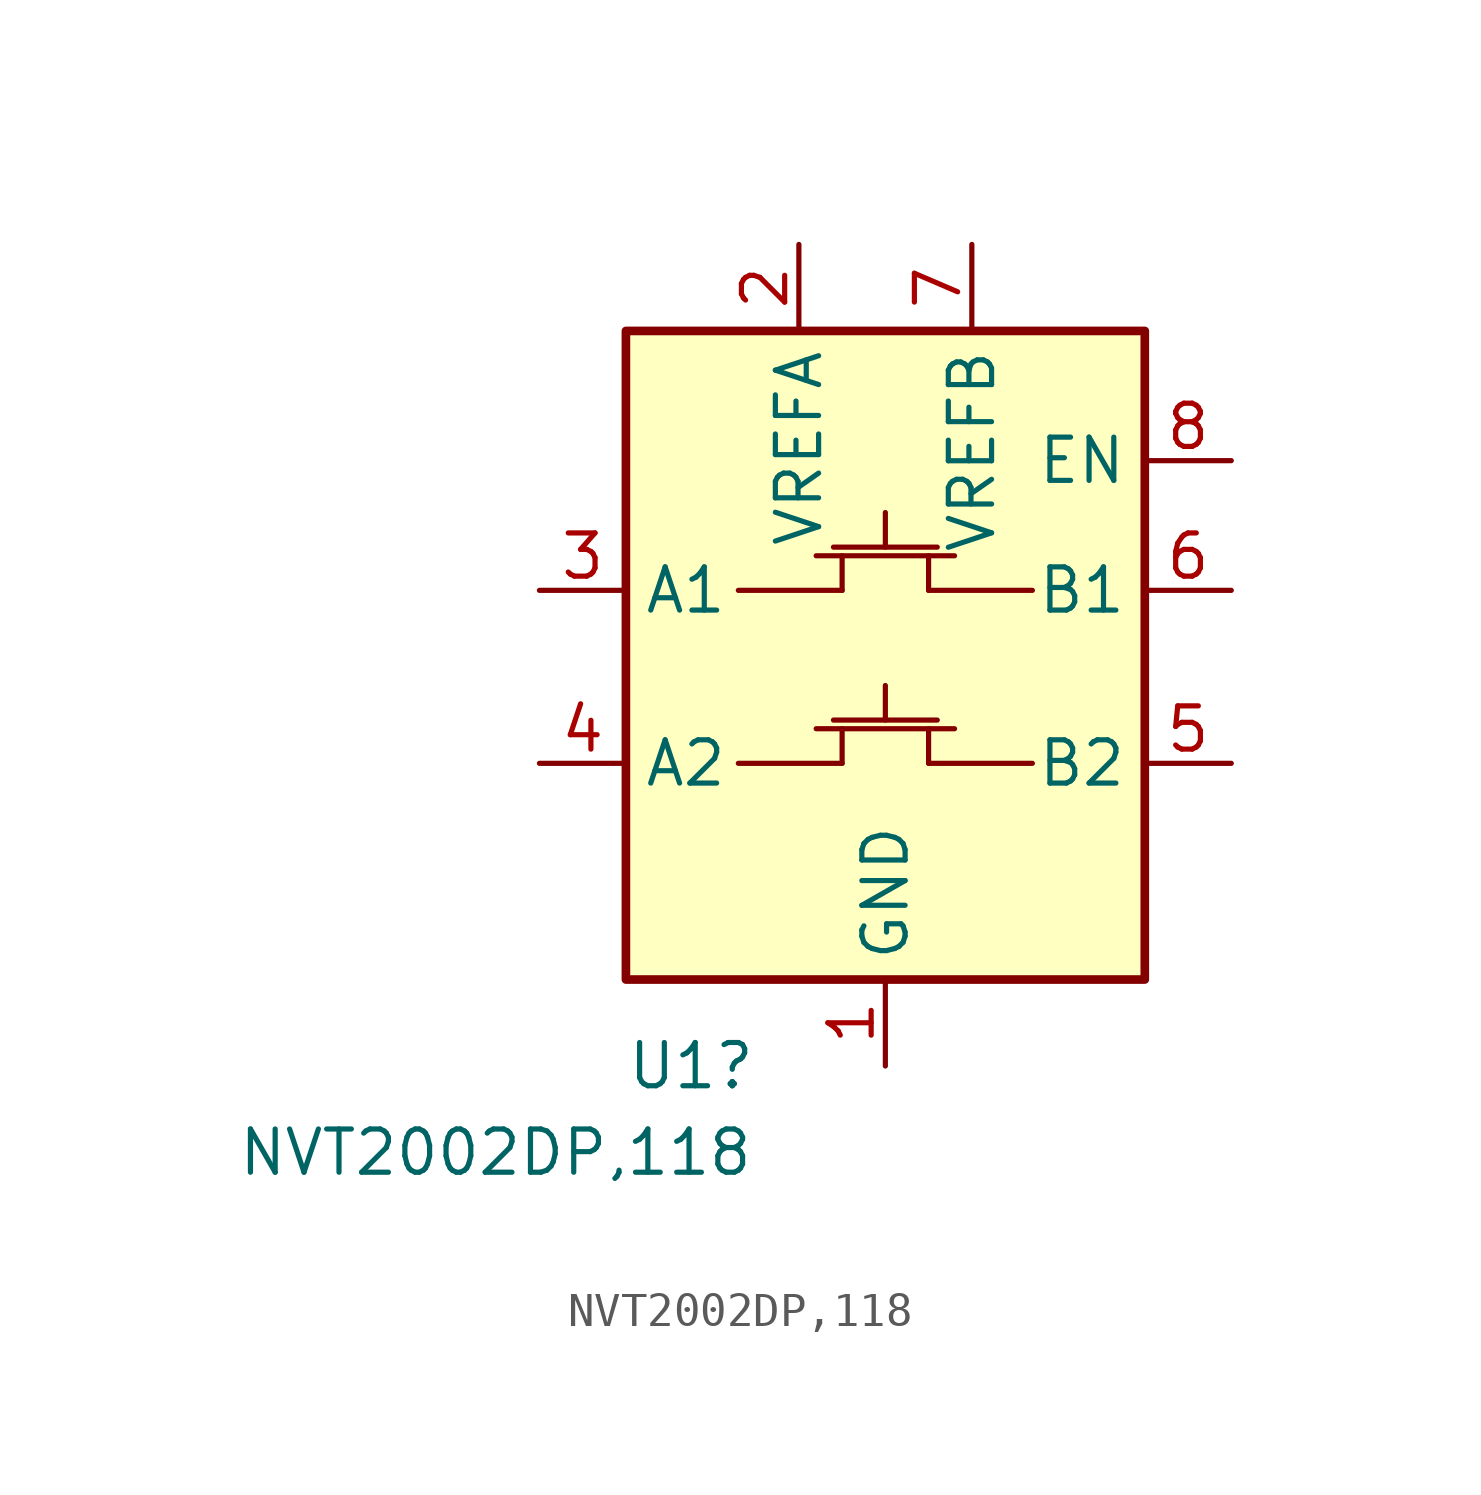
<source format=kicad_sym>
(kicad_symbol_lib
  (version 20231120)
  (generator "kicad_symbol_editor")
  (generator_version "8.0")
  (symbol "NVT2002DP,118"
    (property "Reference" "U1"
      (at -7.62 -11.43 0)
      (effects (font (size 1.27 1.27)) (justify left)))
    (property "Value" "NVT2002DP,118"
      (at -19.05 -13.97 0)
      (effects (font (size 1.27 1.27)) (justify left)))
    (symbol "NVT2002DP,118_0_1"
      (rectangle (start -7.62 10.16) (end 7.62 -8.89) (stroke (width 0.254) (type default)) (fill (type background)))
      (polyline (pts (xy -4.318 -2.54) (xy -1.27 -2.54)) (stroke (width 0) (type default)) (fill (type none)))
      (polyline (pts (xy -2.032 -1.524) (xy 2.032 -1.524)) (stroke (width 0) (type default)) (fill (type none)))
      (polyline (pts (xy -1.524 -1.27) (xy 1.524 -1.27)) (stroke (width 0) (type default)) (fill (type none)))
      (polyline (pts (xy -1.27 -2.54) (xy -1.27 -1.524)) (stroke (width 0) (type default)) (fill (type none)))
      (polyline (pts (xy 0 -1.27) (xy 0 -0.254)) (stroke (width 0) (type default)) (fill (type none)))
      (polyline (pts (xy 1.27 -2.54) (xy 1.27 -1.524)) (stroke (width 0) (type default)) (fill (type none)))
      (polyline (pts (xy 4.318 -2.54) (xy 1.27 -2.54)) (stroke (width 0) (type default)) (fill (type none))))
    (symbol "NVT2002DP,118_1_1"
      (polyline (pts (xy -4.318 2.54) (xy -1.27 2.54)) (stroke (width 0) (type default)) (fill (type none)))
      (polyline (pts (xy -2.032 3.556) (xy 2.032 3.556)) (stroke (width 0) (type default)) (fill (type none)))
      (polyline (pts (xy -1.524 3.81) (xy 1.524 3.81)) (stroke (width 0) (type default)) (fill (type none)))
      (polyline (pts (xy -1.27 2.54) (xy -1.27 3.556)) (stroke (width 0) (type default)) (fill (type none)))
      (polyline (pts (xy 0 3.81) (xy 0 4.826)) (stroke (width 0) (type default)) (fill (type none)))
      (polyline (pts (xy 1.27 2.54) (xy 1.27 3.556)) (stroke (width 0) (type default)) (fill (type none)))
      (polyline (pts (xy 4.318 2.54) (xy 1.27 2.54)) (stroke (width 0) (type default)) (fill (type none)))
      (pin power_in line (at 0 -11.43 90) (length 2.54) (name "GND" (effects (font (size 1.27 1.27)))) (number "1" (effects (font (size 1.27 1.27)))))
      (pin power_in line (at -2.54 12.7 270) (length 2.54) (name "VREFA" (effects (font (size 1.27 1.27)))) (number "2" (effects (font (size 1.27 1.27)))))
      (pin bidirectional line (at -10.16 2.54 0) (length 2.54) (name "A1" (effects (font (size 1.27 1.27)))) (number "3" (effects (font (size 1.27 1.27)))))
      (pin bidirectional line (at -10.16 -2.54 0) (length 2.54) (name "A2" (effects (font (size 1.27 1.27)))) (number "4" (effects (font (size 1.27 1.27)))))
      (pin bidirectional line (at 10.16 -2.54 180) (length 2.54) (name "B2" (effects (font (size 1.27 1.27)))) (number "5" (effects (font (size 1.27 1.27)))))
      (pin bidirectional line (at 10.16 2.54 180) (length 2.54) (name "B1" (effects (font (size 1.27 1.27)))) (number "6" (effects (font (size 1.27 1.27)))))
      (pin power_in line (at 2.54 12.7 270) (length 2.54) (name "VREFB" (effects (font (size 1.27 1.27)))) (number "7" (effects (font (size 1.27 1.27)))))
      (pin input line (at 10.16 6.35 180) (length 2.54) (name "EN" (effects (font (size 1.27 1.27)))) (number "8" (effects (font (size 1.27 1.27))))))))
</source>
